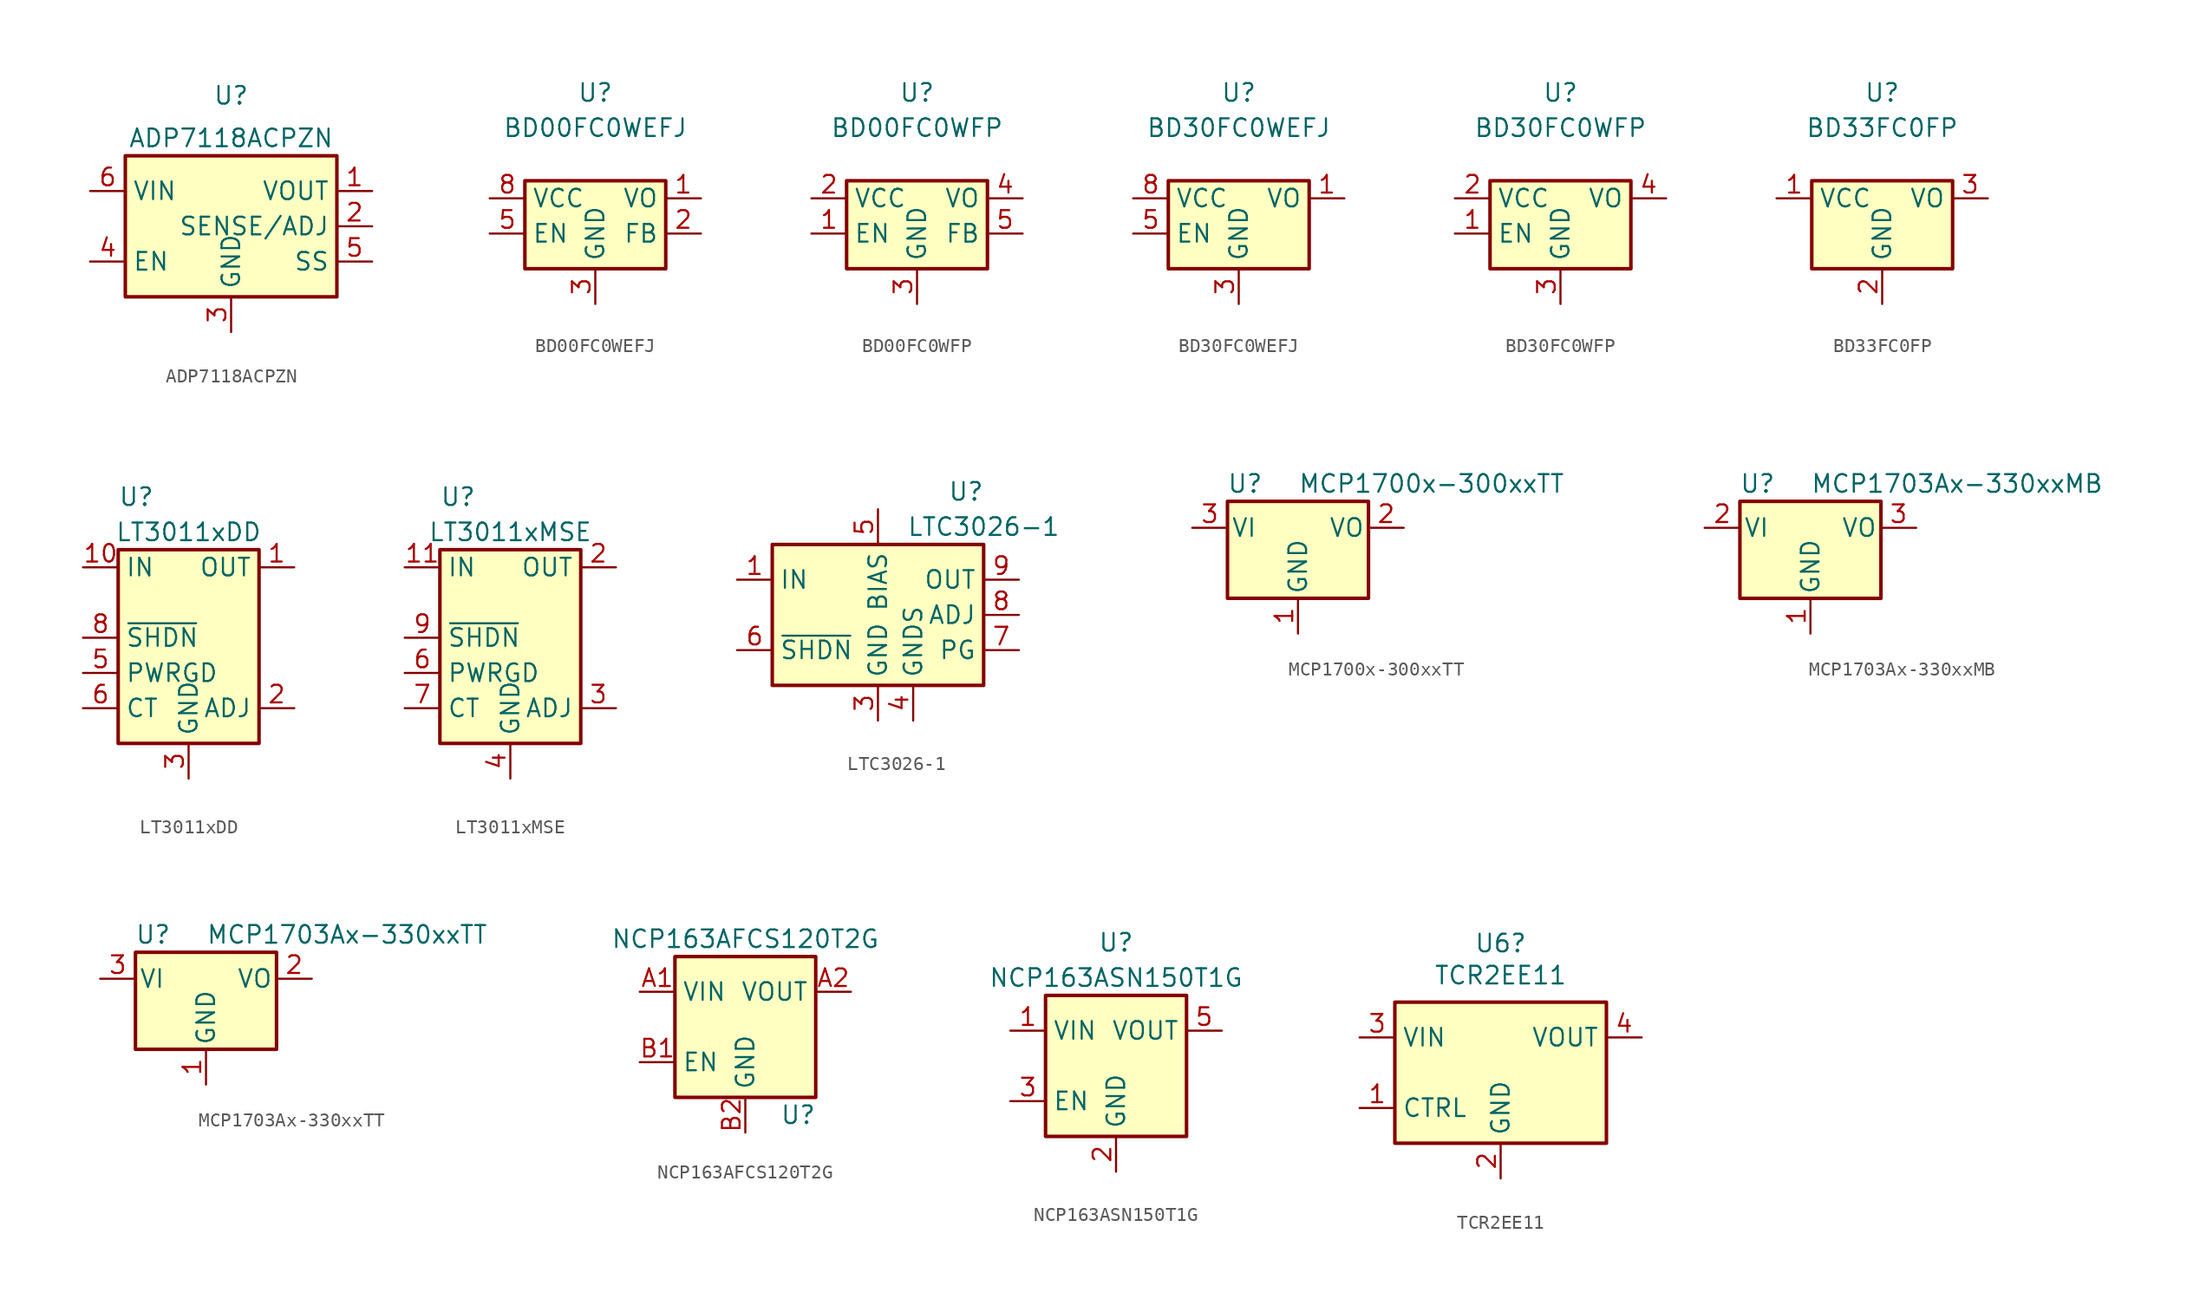
<source format=kicad_sym>
(kicad_symbol_lib
  (version 20211014)
  (generator kicad_symbol_editor)
  (symbol "ADP7118ACPZN"
    (property "Reference" "U"
      (at 0 10.16 0)
      (effects (font (size 1.27 1.27)) (justify top)))
    (property "Value" "ADP7118ACPZN"
      (at 0 6.35 0)
      (effects (font (size 1.27 1.27))))
    (symbol "ADP7118ACPZN_0_1"
      (rectangle (start -7.62 5.08) (end 7.62 -5.08) (stroke (width 0.254) (type default) (color 0 0 0 0)) (fill (type background))))
    (symbol "ADP7118ACPZN_1_1"
      (pin power_out line (at 10.16 2.54 180) (length 2.54) (name "VOUT" (effects (font (size 1.27 1.27)))) (number "1" (effects (font (size 1.27 1.27)))))
      (pin input line (at 10.16 0 180) (length 2.54) (name "SENSE/ADJ" (effects (font (size 1.27 1.27)))) (number "2" (effects (font (size 1.27 1.27)))))
      (pin power_in line (at 0 -7.62 90) (length 2.54) (name "GND" (effects (font (size 1.27 1.27)))) (number "3" (effects (font (size 1.27 1.27)))))
      (pin input line (at -10.16 -2.54 0) (length 2.54) (name "EN" (effects (font (size 1.27 1.27)))) (number "4" (effects (font (size 1.27 1.27)))))
      (pin passive line (at 10.16 -2.54 180) (length 2.54) (name "SS" (effects (font (size 1.27 1.27)))) (number "5" (effects (font (size 1.27 1.27)))))
      (pin power_in line (at -10.16 2.54 0) (length 2.54) (name "VIN" (effects (font (size 1.27 1.27)))) (number "6" (effects (font (size 1.27 1.27)))))
      (pin passive line (at 0 -7.62 90) (length 2.54) hide (name "GND" (effects (font (size 1.27 1.27)))) (number "7" (effects (font (size 1.27 1.27)))))))
  (symbol "BD00FC0WEFJ"
    (property "Reference" "U"
      (at 0 7.62 0)
      (effects (font (size 1.27 1.27))))
    (property "Value" "BD00FC0WEFJ"
      (at 0 5.08 0)
      (effects (font (size 1.27 1.27))))
    (symbol "BD00FC0WEFJ_0_1"
      (rectangle (start -5.08 -5.08) (end 5.08 1.27) (stroke (width 0.254) (type default) (color 0 0 0 0)) (fill (type background))))
    (symbol "BD00FC0WEFJ_1_1"
      (pin power_out line (at 7.62 0 180) (length 2.54) (name "VO" (effects (font (size 1.27 1.27)))) (number "1" (effects (font (size 1.27 1.27)))))
      (pin input line (at 7.62 -2.54 180) (length 2.54) (name "FB" (effects (font (size 1.27 1.27)))) (number "2" (effects (font (size 1.27 1.27)))))
      (pin power_in line (at 0 -7.62 90) (length 2.54) (name "GND" (effects (font (size 1.27 1.27)))) (number "3" (effects (font (size 1.27 1.27)))))
      (pin no_connect line (at -3.81 -5.08 90) (length 2.54) hide (name "NC" (effects (font (size 1.27 1.27)))) (number "4" (effects (font (size 1.27 1.27)))))
      (pin input line (at -7.62 -2.54 0) (length 2.54) (name "EN" (effects (font (size 1.27 1.27)))) (number "5" (effects (font (size 1.27 1.27)))))
      (pin no_connect line (at -2.54 -5.08 90) (length 2.54) hide (name "NC" (effects (font (size 1.27 1.27)))) (number "6" (effects (font (size 1.27 1.27)))))
      (pin no_connect line (at -1.27 -5.08 90) (length 2.54) hide (name "NC" (effects (font (size 1.27 1.27)))) (number "7" (effects (font (size 1.27 1.27)))))
      (pin power_in line (at -7.62 0 0) (length 2.54) (name "VCC" (effects (font (size 1.27 1.27)))) (number "8" (effects (font (size 1.27 1.27)))))
      (pin passive line (at 0 -7.62 90) (length 2.54) hide (name "GND" (effects (font (size 1.27 1.27)))) (number "9" (effects (font (size 1.27 1.27)))))))
  (symbol "BD00FC0WFP"
    (property "Reference" "U"
      (at 0 7.62 0)
      (effects (font (size 1.27 1.27))))
    (property "Value" "BD00FC0WFP"
      (at 0 5.08 0)
      (effects (font (size 1.27 1.27))))
    (symbol "BD00FC0WFP_1_1"
      (rectangle (start -5.08 -5.08) (end 5.08 1.27) (stroke (width 0.254) (type default) (color 0 0 0 0)) (fill (type background)))
      (pin input line (at -7.62 -2.54 0) (length 2.54) (name "EN" (effects (font (size 1.27 1.27)))) (number "1" (effects (font (size 1.27 1.27)))))
      (pin power_in line (at -7.62 0 0) (length 2.54) (name "VCC" (effects (font (size 1.27 1.27)))) (number "2" (effects (font (size 1.27 1.27)))))
      (pin power_in line (at 0 -7.62 90) (length 2.54) (name "GND" (effects (font (size 1.27 1.27)))) (number "3" (effects (font (size 1.27 1.27)))))
      (pin power_out line (at 7.62 0 180) (length 2.54) (name "VO" (effects (font (size 1.27 1.27)))) (number "4" (effects (font (size 1.27 1.27)))))
      (pin input line (at 7.62 -2.54 180) (length 2.54) (name "FB" (effects (font (size 1.27 1.27)))) (number "5" (effects (font (size 1.27 1.27)))))))
  (symbol "BD30FC0WEFJ"
    (property "Reference" "U"
      (at 0 7.62 0)
      (effects (font (size 1.27 1.27))))
    (property "Value" "BD30FC0WEFJ"
      (at 0 5.08 0)
      (effects (font (size 1.27 1.27))))
    (symbol "BD30FC0WEFJ_1_1"
      (rectangle (start -5.08 -5.08) (end 5.08 1.27) (stroke (width 0.254) (type default) (color 0 0 0 0)) (fill (type background)))
      (pin power_out line (at 7.62 0 180) (length 2.54) (name "VO" (effects (font (size 1.27 1.27)))) (number "1" (effects (font (size 1.27 1.27)))))
      (pin no_connect line (at 5.08 -2.54 180) (length 2.54) hide (name "NC" (effects (font (size 1.27 1.27)))) (number "2" (effects (font (size 1.27 1.27)))))
      (pin power_in line (at 0 -7.62 90) (length 2.54) (name "GND" (effects (font (size 1.27 1.27)))) (number "3" (effects (font (size 1.27 1.27)))))
      (pin no_connect line (at -3.81 -5.08 90) (length 2.54) hide (name "NC" (effects (font (size 1.27 1.27)))) (number "4" (effects (font (size 1.27 1.27)))))
      (pin input line (at -7.62 -2.54 0) (length 2.54) (name "EN" (effects (font (size 1.27 1.27)))) (number "5" (effects (font (size 1.27 1.27)))))
      (pin no_connect line (at -2.54 -5.08 90) (length 2.54) hide (name "NC" (effects (font (size 1.27 1.27)))) (number "6" (effects (font (size 1.27 1.27)))))
      (pin no_connect line (at -1.27 -5.08 90) (length 2.54) hide (name "NC" (effects (font (size 1.27 1.27)))) (number "7" (effects (font (size 1.27 1.27)))))
      (pin power_in line (at -7.62 0 0) (length 2.54) (name "VCC" (effects (font (size 1.27 1.27)))) (number "8" (effects (font (size 1.27 1.27)))))
      (pin passive line (at 0 -7.62 90) (length 2.54) hide (name "GND" (effects (font (size 1.27 1.27)))) (number "9" (effects (font (size 1.27 1.27)))))))
  (symbol "BD30FC0WFP"
    (property "Reference" "U"
      (at 0 7.62 0)
      (effects (font (size 1.27 1.27))))
    (property "Value" "BD30FC0WFP"
      (at 0 5.08 0)
      (effects (font (size 1.27 1.27))))
    (symbol "BD30FC0WFP_1_1"
      (rectangle (start -5.08 -5.08) (end 5.08 1.27) (stroke (width 0.254) (type default) (color 0 0 0 0)) (fill (type background)))
      (pin input line (at -7.62 -2.54 0) (length 2.54) (name "EN" (effects (font (size 1.27 1.27)))) (number "1" (effects (font (size 1.27 1.27)))))
      (pin power_in line (at -7.62 0 0) (length 2.54) (name "VCC" (effects (font (size 1.27 1.27)))) (number "2" (effects (font (size 1.27 1.27)))))
      (pin power_in line (at 0 -7.62 90) (length 2.54) (name "GND" (effects (font (size 1.27 1.27)))) (number "3" (effects (font (size 1.27 1.27)))))
      (pin power_out line (at 7.62 0 180) (length 2.54) (name "VO" (effects (font (size 1.27 1.27)))) (number "4" (effects (font (size 1.27 1.27)))))
      (pin no_connect line (at 5.08 -2.54 180) (length 2.54) hide (name "NC" (effects (font (size 1.27 1.27)))) (number "5" (effects (font (size 1.27 1.27)))))))
  (symbol "BD33FC0FP"
    (property "Reference" "U"
      (at 0 7.62 0)
      (effects (font (size 1.27 1.27))))
    (property "Value" "BD33FC0FP"
      (at 0 5.08 0)
      (effects (font (size 1.27 1.27))))
    (symbol "BD33FC0FP_1_1"
      (rectangle (start -5.08 -5.08) (end 5.08 1.27) (stroke (width 0.254) (type default) (color 0 0 0 0)) (fill (type background)))
      (pin power_in line (at -7.62 0 0) (length 2.54) (name "VCC" (effects (font (size 1.27 1.27)))) (number "1" (effects (font (size 1.27 1.27)))))
      (pin power_in line (at 0 -7.62 90) (length 2.54) (name "GND" (effects (font (size 1.27 1.27)))) (number "2" (effects (font (size 1.27 1.27)))))
      (pin power_out line (at 7.62 0 180) (length 2.54) (name "VO" (effects (font (size 1.27 1.27)))) (number "3" (effects (font (size 1.27 1.27)))))))
  (symbol "LT3011xDD"
    (property "Reference" "U"
      (at -5.08 10.16 0)
      (effects (font (size 1.27 1.27)) (justify left)))
    (property "Value" "LT3011xDD"
      (at 0 7.62 0)
      (effects (font (size 1.27 1.27))))
    (symbol "LT3011xDD_0_1"
      (rectangle (start -5.08 6.35) (end 5.08 -7.62) (stroke (width 0.254) (type default) (color 0 0 0 0)) (fill (type background))))
    (symbol "LT3011xDD_1_1"
      (pin power_out line (at 7.62 5.08 180) (length 2.54) (name "OUT" (effects (font (size 1.27 1.27)))) (number "1" (effects (font (size 1.27 1.27)))))
      (pin power_in line (at -7.62 5.08 0) (length 2.54) (name "IN" (effects (font (size 1.27 1.27)))) (number "10" (effects (font (size 1.27 1.27)))))
      (pin passive line (at 0 -10.16 90) (length 2.54) hide (name "GND" (effects (font (size 1.27 1.27)))) (number "11" (effects (font (size 1.27 1.27)))))
      (pin input line (at 7.62 -5.08 180) (length 2.54) (name "ADJ" (effects (font (size 1.27 1.27)))) (number "2" (effects (font (size 1.27 1.27)))))
      (pin power_in line (at 0 -10.16 90) (length 2.54) (name "GND" (effects (font (size 1.27 1.27)))) (number "3" (effects (font (size 1.27 1.27)))))
      (pin no_connect line (at 5.08 2.54 180) (length 2.54) hide (name "NC" (effects (font (size 1.27 1.27)))) (number "4" (effects (font (size 1.27 1.27)))))
      (pin open_collector line (at -7.62 -2.54 0) (length 2.54) (name "PWRGD" (effects (font (size 1.27 1.27)))) (number "5" (effects (font (size 1.27 1.27)))))
      (pin unspecified line (at -7.62 -5.08 0) (length 2.54) (name "CT" (effects (font (size 1.27 1.27)))) (number "6" (effects (font (size 1.27 1.27)))))
      (pin no_connect line (at 5.08 0 180) (length 2.54) hide (name "NC" (effects (font (size 1.27 1.27)))) (number "7" (effects (font (size 1.27 1.27)))))
      (pin input line (at -7.62 0 0) (length 2.54) (name "~{SHDN}" (effects (font (size 1.27 1.27)))) (number "8" (effects (font (size 1.27 1.27)))))
      (pin no_connect line (at 5.08 -2.54 180) (length 2.54) hide (name "NC" (effects (font (size 1.27 1.27)))) (number "9" (effects (font (size 1.27 1.27)))))))
  (symbol "LT3011xMSE"
    (property "Reference" "U"
      (at -5.08 10.16 0)
      (effects (font (size 1.27 1.27)) (justify left)))
    (property "Value" "LT3011xMSE"
      (at 0 7.62 0)
      (effects (font (size 1.27 1.27))))
    (symbol "LT3011xMSE_0_1"
      (rectangle (start -5.08 6.35) (end 5.08 -7.62) (stroke (width 0.254) (type default) (color 0 0 0 0)) (fill (type background))))
    (symbol "LT3011xMSE_1_1"
      (pin no_connect line (at -5.08 2.54 0) (length 2.54) hide (name "NC" (effects (font (size 1.27 1.27)))) (number "1" (effects (font (size 1.27 1.27)))))
      (pin no_connect line (at 5.08 -2.54 180) (length 2.54) hide (name "NC" (effects (font (size 1.27 1.27)))) (number "10" (effects (font (size 1.27 1.27)))))
      (pin power_in line (at -7.62 5.08 0) (length 2.54) (name "IN" (effects (font (size 1.27 1.27)))) (number "11" (effects (font (size 1.27 1.27)))))
      (pin no_connect line (at 0 5.08 270) (length 2.54) hide (name "NC" (effects (font (size 1.27 1.27)))) (number "12" (effects (font (size 1.27 1.27)))))
      (pin passive line (at 0 -10.16 90) (length 2.54) hide (name "GND" (effects (font (size 1.27 1.27)))) (number "13" (effects (font (size 1.27 1.27)))))
      (pin power_out line (at 7.62 5.08 180) (length 2.54) (name "OUT" (effects (font (size 1.27 1.27)))) (number "2" (effects (font (size 1.27 1.27)))))
      (pin input line (at 7.62 -5.08 180) (length 2.54) (name "ADJ" (effects (font (size 1.27 1.27)))) (number "3" (effects (font (size 1.27 1.27)))))
      (pin power_in line (at 0 -10.16 90) (length 2.54) (name "GND" (effects (font (size 1.27 1.27)))) (number "4" (effects (font (size 1.27 1.27)))))
      (pin no_connect line (at 5.08 2.54 180) (length 2.54) hide (name "NC" (effects (font (size 1.27 1.27)))) (number "5" (effects (font (size 1.27 1.27)))))
      (pin open_collector line (at -7.62 -2.54 0) (length 2.54) (name "PWRGD" (effects (font (size 1.27 1.27)))) (number "6" (effects (font (size 1.27 1.27)))))
      (pin unspecified line (at -7.62 -5.08 0) (length 2.54) (name "CT" (effects (font (size 1.27 1.27)))) (number "7" (effects (font (size 1.27 1.27)))))
      (pin no_connect line (at 5.08 0 180) (length 2.54) hide (name "NC" (effects (font (size 1.27 1.27)))) (number "8" (effects (font (size 1.27 1.27)))))
      (pin input line (at -7.62 0 0) (length 2.54) (name "~{SHDN}" (effects (font (size 1.27 1.27)))) (number "9" (effects (font (size 1.27 1.27)))))))
  (symbol "LTC3026-1"
    (property "Reference" "U"
      (at 6.35 8.89 0)
      (effects (font (size 1.27 1.27))))
    (property "Value" "LTC3026-1"
      (at 7.62 6.35 0)
      (effects (font (size 1.27 1.27))))
    (symbol "LTC3026-1_0_1"
      (rectangle (start -7.62 5.08) (end 7.62 -5.08) (stroke (width 0.254) (type default) (color 0 0 0 0)) (fill (type background))))
    (symbol "LTC3026-1_1_1"
      (pin power_in line (at -10.16 2.54 0) (length 2.54) (name "IN" (effects (font (size 1.27 1.27)))) (number "1" (effects (font (size 1.27 1.27)))))
      (pin passive line (at 10.16 2.54 180) (length 2.54) hide (name "OUT" (effects (font (size 1.27 1.27)))) (number "10" (effects (font (size 1.27 1.27)))))
      (pin passive line (at 0 -7.62 90) (length 2.54) hide (name "GND" (effects (font (size 1.27 1.27)))) (number "11" (effects (font (size 1.27 1.27)))))
      (pin passive line (at -10.16 2.54 0) (length 2.54) hide (name "IN" (effects (font (size 1.27 1.27)))) (number "2" (effects (font (size 1.27 1.27)))))
      (pin power_in line (at 0 -7.62 90) (length 2.54) (name "GND" (effects (font (size 1.27 1.27)))) (number "3" (effects (font (size 1.27 1.27)))))
      (pin input line (at 2.54 -7.62 90) (length 2.54) (name "GNDS" (effects (font (size 1.27 1.27)))) (number "4" (effects (font (size 1.27 1.27)))))
      (pin power_in line (at 0 7.62 270) (length 2.54) (name "BIAS" (effects (font (size 1.27 1.27)))) (number "5" (effects (font (size 1.27 1.27)))))
      (pin input line (at -10.16 -2.54 0) (length 2.54) (name "~{SHDN}" (effects (font (size 1.27 1.27)))) (number "6" (effects (font (size 1.27 1.27)))))
      (pin open_collector line (at 10.16 -2.54 180) (length 2.54) (name "PG" (effects (font (size 1.27 1.27)))) (number "7" (effects (font (size 1.27 1.27)))))
      (pin input line (at 10.16 0 180) (length 2.54) (name "ADJ" (effects (font (size 1.27 1.27)))) (number "8" (effects (font (size 1.27 1.27)))))
      (pin power_out line (at 10.16 2.54 180) (length 2.54) (name "OUT" (effects (font (size 1.27 1.27)))) (number "9" (effects (font (size 1.27 1.27)))))))
  (symbol "MCP1700x-300xxTT"
    (pin_names
      (offset 0.254))
    (property "Reference" "U"
      (at -3.81 3.175 0)
      (effects (font (size 1.27 1.27))))
    (property "Value" "MCP1700x-300xxTT"
      (at 0 3.175 0)
      (effects (font (size 1.27 1.27)) (justify left)))
    (symbol "MCP1700x-300xxTT_0_1"
      (rectangle (start -5.08 1.905) (end 5.08 -5.08) (stroke (width 0.254) (type default) (color 0 0 0 0)) (fill (type background))))
    (symbol "MCP1700x-300xxTT_1_1"
      (pin power_in line (at 0 -7.62 90) (length 2.54) (name "GND" (effects (font (size 1.27 1.27)))) (number "1" (effects (font (size 1.27 1.27)))))
      (pin power_out line (at 7.62 0 180) (length 2.54) (name "VO" (effects (font (size 1.27 1.27)))) (number "2" (effects (font (size 1.27 1.27)))))
      (pin power_in line (at -7.62 0 0) (length 2.54) (name "VI" (effects (font (size 1.27 1.27)))) (number "3" (effects (font (size 1.27 1.27)))))))
  (symbol "MCP1703Ax-330xxMB"
    (pin_names
      (offset 0.254))
    (property "Reference" "U"
      (at -3.81 3.175 0)
      (effects (font (size 1.27 1.27))))
    (property "Value" "MCP1703Ax-330xxMB"
      (at 0 3.175 0)
      (effects (font (size 1.27 1.27)) (justify left)))
    (symbol "MCP1703Ax-330xxMB_0_1"
      (rectangle (start -5.08 -5.08) (end 5.08 1.905) (stroke (width 0.254) (type default) (color 0 0 0 0)) (fill (type background))))
    (symbol "MCP1703Ax-330xxMB_1_1"
      (pin power_in line (at 0 -7.62 90) (length 2.54) (name "GND" (effects (font (size 1.27 1.27)))) (number "1" (effects (font (size 1.27 1.27)))))
      (pin power_in line (at -7.62 0 0) (length 2.54) (name "VI" (effects (font (size 1.27 1.27)))) (number "2" (effects (font (size 1.27 1.27)))))
      (pin power_out line (at 7.62 0 180) (length 2.54) (name "VO" (effects (font (size 1.27 1.27)))) (number "3" (effects (font (size 1.27 1.27)))))))
  (symbol "MCP1703Ax-330xxTT"
    (pin_names
      (offset 0.254))
    (property "Reference" "U"
      (at -3.81 3.175 0)
      (effects (font (size 1.27 1.27))))
    (property "Value" "MCP1703Ax-330xxTT"
      (at 0 3.175 0)
      (effects (font (size 1.27 1.27)) (justify left)))
    (symbol "MCP1703Ax-330xxTT_0_1"
      (rectangle (start -5.08 -5.08) (end 5.08 1.905) (stroke (width 0.254) (type default) (color 0 0 0 0)) (fill (type background))))
    (symbol "MCP1703Ax-330xxTT_1_1"
      (pin power_in line (at 0 -7.62 90) (length 2.54) (name "GND" (effects (font (size 1.27 1.27)))) (number "1" (effects (font (size 1.27 1.27)))))
      (pin power_out line (at 7.62 0 180) (length 2.54) (name "VO" (effects (font (size 1.27 1.27)))) (number "2" (effects (font (size 1.27 1.27)))))
      (pin power_in line (at -7.62 0 0) (length 2.54) (name "VI" (effects (font (size 1.27 1.27)))) (number "3" (effects (font (size 1.27 1.27)))))))
  (symbol "NCP163AFCS120T2G"
    (property "Reference" "U"
      (at 3.81 -6.35 0)
      (effects (font (size 1.27 1.27))))
    (property "Value" "NCP163AFCS120T2G"
      (at 0 6.35 0)
      (effects (font (size 1.27 1.27))))
    (symbol "NCP163AFCS120T2G_0_1"
      (rectangle (start -5.08 5.08) (end 5.08 -5.08) (stroke (width 0.254) (type default) (color 0 0 0 0)) (fill (type background))))
    (symbol "NCP163AFCS120T2G_1_1"
      (pin power_in line (at -7.62 2.54 0) (length 2.54) (name "VIN" (effects (font (size 1.27 1.27)))) (number "A1" (effects (font (size 1.27 1.27)))))
      (pin power_out line (at 7.62 2.54 180) (length 2.54) (name "VOUT" (effects (font (size 1.27 1.27)))) (number "A2" (effects (font (size 1.27 1.27)))))
      (pin input line (at -7.62 -2.54 0) (length 2.54) (name "EN" (effects (font (size 1.27 1.27)))) (number "B1" (effects (font (size 1.27 1.27)))))
      (pin power_in line (at 0 -7.62 90) (length 2.54) (name "GND" (effects (font (size 1.27 1.27)))) (number "B2" (effects (font (size 1.27 1.27)))))))
  (symbol "NCP163ASN150T1G"
    (property "Reference" "U"
      (at 0 8.89 0)
      (effects (font (size 1.27 1.27))))
    (property "Value" "NCP163ASN150T1G"
      (at 0 6.35 0)
      (effects (font (size 1.27 1.27))))
    (symbol "NCP163ASN150T1G_0_1"
      (rectangle (start -5.08 5.08) (end 5.08 -5.08) (stroke (width 0.254) (type default) (color 0 0 0 0)) (fill (type background))))
    (symbol "NCP163ASN150T1G_1_1"
      (pin power_in line (at -7.62 2.54 0) (length 2.54) (name "VIN" (effects (font (size 1.27 1.27)))) (number "1" (effects (font (size 1.27 1.27)))))
      (pin power_in line (at 0 -7.62 90) (length 2.54) (name "GND" (effects (font (size 1.27 1.27)))) (number "2" (effects (font (size 1.27 1.27)))))
      (pin input line (at -7.62 -2.54 0) (length 2.54) (name "EN" (effects (font (size 1.27 1.27)))) (number "3" (effects (font (size 1.27 1.27)))))
      (pin no_connect line (at 5.08 -2.54 180) (length 2.54) hide (name "NC" (effects (font (size 1.27 1.27)))) (number "4" (effects (font (size 1.27 1.27)))))
      (pin power_out line (at 7.62 2.54 180) (length 2.54) (name "VOUT" (effects (font (size 1.27 1.27)))) (number "5" (effects (font (size 1.27 1.27)))))))
  (symbol "TCR2EE11"
    (property "Reference" "U6"
      (at 0 9.322 0)
      (effects (font (size 1.27 1.27))))
    (property "Value" "TCR2EE11"
      (at 0 7.01 0)
      (effects (font (size 1.27 1.27))))
    (symbol "TCR2EE11_0_1"
      (rectangle (start -7.62 -5.08) (end 7.62 5.08) (stroke (width 0.254) (type default) (color 0 0 0 0)) (fill (type background))))
    (symbol "TCR2EE11_1_1"
      (pin input line (at -10.16 -2.54 0) (length 2.54) (name "CTRL" (effects (font (size 1.27 1.27)))) (number "1" (effects (font (size 1.27 1.27)))))
      (pin power_in line (at 0 -7.62 90) (length 2.54) (name "GND" (effects (font (size 1.27 1.27)))) (number "2" (effects (font (size 1.27 1.27)))))
      (pin power_in line (at -10.16 2.54 0) (length 2.54) (name "VIN" (effects (font (size 1.27 1.27)))) (number "3" (effects (font (size 1.27 1.27)))))
      (pin power_out line (at 10.16 2.54 180) (length 2.54) (name "VOUT" (effects (font (size 1.27 1.27)))) (number "4" (effects (font (size 1.27 1.27)))))
      (pin no_connect line (at 7.62 -2.54 180) (length 2.54) hide (name "NC" (effects (font (size 1.27 1.27)))) (number "5" (effects (font (size 1.27 1.27))))))))
</source>
